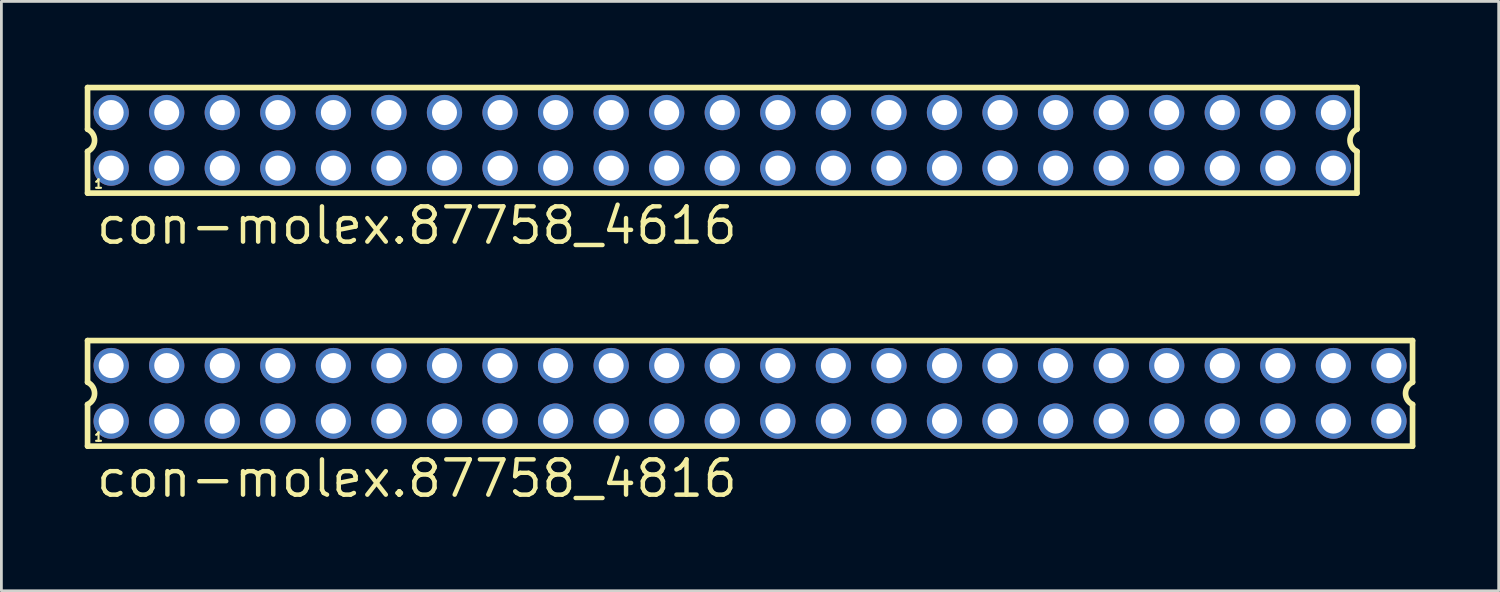
<source format=kicad_pcb>
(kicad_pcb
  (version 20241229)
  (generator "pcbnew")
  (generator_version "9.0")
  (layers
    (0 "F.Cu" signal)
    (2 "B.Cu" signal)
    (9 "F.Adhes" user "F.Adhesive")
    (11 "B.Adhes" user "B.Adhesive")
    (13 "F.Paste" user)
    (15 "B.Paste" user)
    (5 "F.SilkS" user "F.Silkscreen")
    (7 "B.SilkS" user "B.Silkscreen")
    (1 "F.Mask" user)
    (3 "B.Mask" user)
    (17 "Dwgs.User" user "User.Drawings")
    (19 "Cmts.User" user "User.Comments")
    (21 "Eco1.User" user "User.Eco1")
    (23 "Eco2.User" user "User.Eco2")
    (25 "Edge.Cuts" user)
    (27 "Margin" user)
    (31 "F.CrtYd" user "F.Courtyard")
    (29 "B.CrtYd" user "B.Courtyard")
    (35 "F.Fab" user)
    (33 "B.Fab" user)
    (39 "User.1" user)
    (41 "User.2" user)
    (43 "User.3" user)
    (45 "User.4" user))
  (footprint "con-molex.87758_4816"
    (layer "F.Cu")
    (at 23.952 11.111)
    (property "Reference" "con-molex.87758_4816" (at -23.62 3.81 0) (layer "F.SilkS") (effects (font (size 1.27 1.27) (thickness 0.16)) (justify left bottom)))
    (attr through_hole)
    (fp_line (start -23.85 -1.9) (end -23.85 -0.4) (stroke (width 0.203) (type default)) (layer "F.SilkS"))
    (fp_line (start -23.85 0.4) (end -23.85 1.9) (stroke (width 0.203) (type default)) (layer "F.SilkS"))
    (fp_line (start -23.85 1.9) (end 23.85 1.9) (stroke (width 0.203) (type default)) (layer "F.SilkS"))
    (fp_line (start 23.85 -1.9) (end -23.85 -1.9) (stroke (width 0.203) (type default)) (layer "F.SilkS"))
    (fp_line (start 23.85 -0.4) (end 23.85 -1.9) (stroke (width 0.203) (type default)) (layer "F.SilkS"))
    (fp_line (start 23.85 1.9) (end 23.85 0.4) (stroke (width 0.203) (type default)) (layer "F.SilkS"))
    (fp_arc (start -23.85 -0.4) (mid -23.597168 0) (end -23.85 0.4) (stroke (width 0.2032) (type default)) (layer "F.SilkS"))
    (fp_arc (start 23.85 0.4) (mid 23.597168 0) (end 23.85 -0.4) (stroke (width 0.2032) (type default)) (layer "F.SilkS"))
    (fp_rect (start -23.25 -0.75) (end -22.75 -1.25) (stroke (width 0.05) (type default)) (fill no) (layer "F.Fab"))
    (fp_rect (start -23.25 1.25) (end -22.75 0.75) (stroke (width 0.05) (type default)) (fill no) (layer "F.Fab"))
    (fp_rect (start -21.25 -0.75) (end -20.75 -1.25) (stroke (width 0.05) (type default)) (fill no) (layer "F.Fab"))
    (fp_rect (start -21.25 1.25) (end -20.75 0.75) (stroke (width 0.05) (type default)) (fill no) (layer "F.Fab"))
    (fp_rect (start -19.25 -0.75) (end -18.75 -1.25) (stroke (width 0.05) (type default)) (fill no) (layer "F.Fab"))
    (fp_rect (start -19.25 1.25) (end -18.75 0.75) (stroke (width 0.05) (type default)) (fill no) (layer "F.Fab"))
    (fp_rect (start -17.25 -0.75) (end -16.75 -1.25) (stroke (width 0.05) (type default)) (fill no) (layer "F.Fab"))
    (fp_rect (start -17.25 1.25) (end -16.75 0.75) (stroke (width 0.05) (type default)) (fill no) (layer "F.Fab"))
    (fp_rect (start -15.25 -0.75) (end -14.75 -1.25) (stroke (width 0.05) (type default)) (fill no) (layer "F.Fab"))
    (fp_rect (start -15.25 1.25) (end -14.75 0.75) (stroke (width 0.05) (type default)) (fill no) (layer "F.Fab"))
    (fp_rect (start -13.25 -0.75) (end -12.75 -1.25) (stroke (width 0.05) (type default)) (fill no) (layer "F.Fab"))
    (fp_rect (start -13.25 1.25) (end -12.75 0.75) (stroke (width 0.05) (type default)) (fill no) (layer "F.Fab"))
    (fp_rect (start -11.25 -0.75) (end -10.75 -1.25) (stroke (width 0.05) (type default)) (fill no) (layer "F.Fab"))
    (fp_rect (start -11.25 1.25) (end -10.75 0.75) (stroke (width 0.05) (type default)) (fill no) (layer "F.Fab"))
    (fp_rect (start -9.25 -0.75) (end -8.75 -1.25) (stroke (width 0.05) (type default)) (fill no) (layer "F.Fab"))
    (fp_rect (start -9.25 1.25) (end -8.75 0.75) (stroke (width 0.05) (type default)) (fill no) (layer "F.Fab"))
    (fp_rect (start -7.25 -0.75) (end -6.75 -1.25) (stroke (width 0.05) (type default)) (fill no) (layer "F.Fab"))
    (fp_rect (start -7.25 1.25) (end -6.75 0.75) (stroke (width 0.05) (type default)) (fill no) (layer "F.Fab"))
    (fp_rect (start -5.25 -0.75) (end -4.75 -1.25) (stroke (width 0.05) (type default)) (fill no) (layer "F.Fab"))
    (fp_rect (start -5.25 1.25) (end -4.75 0.75) (stroke (width 0.05) (type default)) (fill no) (layer "F.Fab"))
    (fp_rect (start -3.25 -0.75) (end -2.75 -1.25) (stroke (width 0.05) (type default)) (fill no) (layer "F.Fab"))
    (fp_rect (start -3.25 1.25) (end -2.75 0.75) (stroke (width 0.05) (type default)) (fill no) (layer "F.Fab"))
    (fp_rect (start -1.25 -0.75) (end -0.75 -1.25) (stroke (width 0.05) (type default)) (fill no) (layer "F.Fab"))
    (fp_rect (start -1.25 1.25) (end -0.75 0.75) (stroke (width 0.05) (type default)) (fill no) (layer "F.Fab"))
    (fp_rect (start 0.75 -0.75) (end 1.25 -1.25) (stroke (width 0.05) (type default)) (fill no) (layer "F.Fab"))
    (fp_rect (start 0.75 1.25) (end 1.25 0.75) (stroke (width 0.05) (type default)) (fill no) (layer "F.Fab"))
    (fp_rect (start 2.75 -0.75) (end 3.25 -1.25) (stroke (width 0.05) (type default)) (fill no) (layer "F.Fab"))
    (fp_rect (start 2.75 1.25) (end 3.25 0.75) (stroke (width 0.05) (type default)) (fill no) (layer "F.Fab"))
    (fp_rect (start 4.75 -0.75) (end 5.25 -1.25) (stroke (width 0.05) (type default)) (fill no) (layer "F.Fab"))
    (fp_rect (start 4.75 1.25) (end 5.25 0.75) (stroke (width 0.05) (type default)) (fill no) (layer "F.Fab"))
    (fp_rect (start 6.75 -0.75) (end 7.25 -1.25) (stroke (width 0.05) (type default)) (fill no) (layer "F.Fab"))
    (fp_rect (start 6.75 1.25) (end 7.25 0.75) (stroke (width 0.05) (type default)) (fill no) (layer "F.Fab"))
    (fp_rect (start 8.75 -0.75) (end 9.25 -1.25) (stroke (width 0.05) (type default)) (fill no) (layer "F.Fab"))
    (fp_rect (start 8.75 1.25) (end 9.25 0.75) (stroke (width 0.05) (type default)) (fill no) (layer "F.Fab"))
    (fp_rect (start 10.75 -0.75) (end 11.25 -1.25) (stroke (width 0.05) (type default)) (fill no) (layer "F.Fab"))
    (fp_rect (start 10.75 1.25) (end 11.25 0.75) (stroke (width 0.05) (type default)) (fill no) (layer "F.Fab"))
    (fp_rect (start 12.75 -0.75) (end 13.25 -1.25) (stroke (width 0.05) (type default)) (fill no) (layer "F.Fab"))
    (fp_rect (start 12.75 1.25) (end 13.25 0.75) (stroke (width 0.05) (type default)) (fill no) (layer "F.Fab"))
    (fp_rect (start 14.75 -0.75) (end 15.25 -1.25) (stroke (width 0.05) (type default)) (fill no) (layer "F.Fab"))
    (fp_rect (start 14.75 1.25) (end 15.25 0.75) (stroke (width 0.05) (type default)) (fill no) (layer "F.Fab"))
    (fp_rect (start 16.75 -0.75) (end 17.25 -1.25) (stroke (width 0.05) (type default)) (fill no) (layer "F.Fab"))
    (fp_rect (start 16.75 1.25) (end 17.25 0.75) (stroke (width 0.05) (type default)) (fill no) (layer "F.Fab"))
    (fp_rect (start 18.75 -0.75) (end 19.25 -1.25) (stroke (width 0.05) (type default)) (fill no) (layer "F.Fab"))
    (fp_rect (start 18.75 1.25) (end 19.25 0.75) (stroke (width 0.05) (type default)) (fill no) (layer "F.Fab"))
    (fp_rect (start 20.75 -0.75) (end 21.25 -1.25) (stroke (width 0.05) (type default)) (fill no) (layer "F.Fab"))
    (fp_rect (start 20.75 1.25) (end 21.25 0.75) (stroke (width 0.05) (type default)) (fill no) (layer "F.Fab"))
    (fp_rect (start 22.75 -0.75) (end 23.25 -1.25) (stroke (width 0.05) (type default)) (fill no) (layer "F.Fab"))
    (fp_rect (start 22.75 1.25) (end 23.25 0.75) (stroke (width 0.05) (type default)) (fill no) (layer "F.Fab"))
    (fp_text user "1" (at -23.65 1.75 0) (layer "F.SilkS") (effects (font (size 0.305 0.305) (thickness 0.15)) (justify left bottom)))
    (pad "1" thru_hole circle (at -23 1) (size 1.27 1.27) (drill 0.9) (layers "*.Cu" "*.Mask"))
    (pad "2" thru_hole circle (at -23 -1) (size 1.27 1.27) (drill 0.9) (layers "*.Cu" "*.Mask"))
    (pad "3" thru_hole circle (at -21 1) (size 1.27 1.27) (drill 0.9) (layers "*.Cu" "*.Mask"))
    (pad "4" thru_hole circle (at -21 -1) (size 1.27 1.27) (drill 0.9) (layers "*.Cu" "*.Mask"))
    (pad "5" thru_hole circle (at -19 1) (size 1.27 1.27) (drill 0.9) (layers "*.Cu" "*.Mask"))
    (pad "6" thru_hole circle (at -19 -1) (size 1.27 1.27) (drill 0.9) (layers "*.Cu" "*.Mask"))
    (pad "7" thru_hole circle (at -17 1) (size 1.27 1.27) (drill 0.9) (layers "*.Cu" "*.Mask"))
    (pad "8" thru_hole circle (at -17 -1) (size 1.27 1.27) (drill 0.9) (layers "*.Cu" "*.Mask"))
    (pad "9" thru_hole circle (at -15 1) (size 1.27 1.27) (drill 0.9) (layers "*.Cu" "*.Mask"))
    (pad "10" thru_hole circle (at -15 -1) (size 1.27 1.27) (drill 0.9) (layers "*.Cu" "*.Mask"))
    (pad "11" thru_hole circle (at -13 1) (size 1.27 1.27) (drill 0.9) (layers "*.Cu" "*.Mask"))
    (pad "12" thru_hole circle (at -13 -1) (size 1.27 1.27) (drill 0.9) (layers "*.Cu" "*.Mask"))
    (pad "13" thru_hole circle (at -11 1) (size 1.27 1.27) (drill 0.9) (layers "*.Cu" "*.Mask"))
    (pad "14" thru_hole circle (at -11 -1) (size 1.27 1.27) (drill 0.9) (layers "*.Cu" "*.Mask"))
    (pad "15" thru_hole circle (at -9 1) (size 1.27 1.27) (drill 0.9) (layers "*.Cu" "*.Mask"))
    (pad "16" thru_hole circle (at -9 -1) (size 1.27 1.27) (drill 0.9) (layers "*.Cu" "*.Mask"))
    (pad "17" thru_hole circle (at -7 1) (size 1.27 1.27) (drill 0.9) (layers "*.Cu" "*.Mask"))
    (pad "18" thru_hole circle (at -7 -1) (size 1.27 1.27) (drill 0.9) (layers "*.Cu" "*.Mask"))
    (pad "19" thru_hole circle (at -5 1) (size 1.27 1.27) (drill 0.9) (layers "*.Cu" "*.Mask"))
    (pad "20" thru_hole circle (at -5 -1) (size 1.27 1.27) (drill 0.9) (layers "*.Cu" "*.Mask"))
    (pad "21" thru_hole circle (at -3 1) (size 1.27 1.27) (drill 0.9) (layers "*.Cu" "*.Mask"))
    (pad "22" thru_hole circle (at -3 -1) (size 1.27 1.27) (drill 0.9) (layers "*.Cu" "*.Mask"))
    (pad "23" thru_hole circle (at -1 1) (size 1.27 1.27) (drill 0.9) (layers "*.Cu" "*.Mask"))
    (pad "24" thru_hole circle (at -1 -1) (size 1.27 1.27) (drill 0.9) (layers "*.Cu" "*.Mask"))
    (pad "25" thru_hole circle (at 1 1) (size 1.27 1.27) (drill 0.9) (layers "*.Cu" "*.Mask"))
    (pad "26" thru_hole circle (at 1 -1) (size 1.27 1.27) (drill 0.9) (layers "*.Cu" "*.Mask"))
    (pad "27" thru_hole circle (at 3 1) (size 1.27 1.27) (drill 0.9) (layers "*.Cu" "*.Mask"))
    (pad "28" thru_hole circle (at 3 -1) (size 1.27 1.27) (drill 0.9) (layers "*.Cu" "*.Mask"))
    (pad "29" thru_hole circle (at 5 1) (size 1.27 1.27) (drill 0.9) (layers "*.Cu" "*.Mask"))
    (pad "30" thru_hole circle (at 5 -1) (size 1.27 1.27) (drill 0.9) (layers "*.Cu" "*.Mask"))
    (pad "31" thru_hole circle (at 7 1) (size 1.27 1.27) (drill 0.9) (layers "*.Cu" "*.Mask"))
    (pad "32" thru_hole circle (at 7 -1) (size 1.27 1.27) (drill 0.9) (layers "*.Cu" "*.Mask"))
    (pad "33" thru_hole circle (at 9 1) (size 1.27 1.27) (drill 0.9) (layers "*.Cu" "*.Mask"))
    (pad "34" thru_hole circle (at 9 -1) (size 1.27 1.27) (drill 0.9) (layers "*.Cu" "*.Mask"))
    (pad "35" thru_hole circle (at 11 1) (size 1.27 1.27) (drill 0.9) (layers "*.Cu" "*.Mask"))
    (pad "36" thru_hole circle (at 11 -1) (size 1.27 1.27) (drill 0.9) (layers "*.Cu" "*.Mask"))
    (pad "37" thru_hole circle (at 13 1) (size 1.27 1.27) (drill 0.9) (layers "*.Cu" "*.Mask"))
    (pad "38" thru_hole circle (at 13 -1) (size 1.27 1.27) (drill 0.9) (layers "*.Cu" "*.Mask"))
    (pad "39" thru_hole circle (at 15 1) (size 1.27 1.27) (drill 0.9) (layers "*.Cu" "*.Mask"))
    (pad "40" thru_hole circle (at 15 -1) (size 1.27 1.27) (drill 0.9) (layers "*.Cu" "*.Mask"))
    (pad "41" thru_hole circle (at 17 1) (size 1.27 1.27) (drill 0.9) (layers "*.Cu" "*.Mask"))
    (pad "42" thru_hole circle (at 17 -1) (size 1.27 1.27) (drill 0.9) (layers "*.Cu" "*.Mask"))
    (pad "43" thru_hole circle (at 19 1) (size 1.27 1.27) (drill 0.9) (layers "*.Cu" "*.Mask"))
    (pad "44" thru_hole circle (at 19 -1) (size 1.27 1.27) (drill 0.9) (layers "*.Cu" "*.Mask"))
    (pad "45" thru_hole circle (at 21 1) (size 1.27 1.27) (drill 0.9) (layers "*.Cu" "*.Mask"))
    (pad "46" thru_hole circle (at 21 -1) (size 1.27 1.27) (drill 0.9) (layers "*.Cu" "*.Mask"))
    (pad "47" thru_hole circle (at 23 1) (size 1.27 1.27) (drill 0.9) (layers "*.Cu" "*.Mask"))
    (pad "48" thru_hole circle (at 23 -1) (size 1.27 1.27) (drill 0.9) (layers "*.Cu" "*.Mask")))
  (footprint "con-molex.87758_4616"
    (layer "F.Cu")
    (at 22.952 2.002)
    (property "Reference" "con-molex.87758_4616" (at -22.62 3.81 0) (layer "F.SilkS") (effects (font (size 1.27 1.27) (thickness 0.16)) (justify left bottom)))
    (attr through_hole)
    (fp_line (start -22.85 -1.9) (end -22.85 -0.4) (stroke (width 0.203) (type default)) (layer "F.SilkS"))
    (fp_line (start -22.85 0.4) (end -22.85 1.9) (stroke (width 0.203) (type default)) (layer "F.SilkS"))
    (fp_line (start -22.85 1.9) (end 22.85 1.9) (stroke (width 0.203) (type default)) (layer "F.SilkS"))
    (fp_line (start 22.85 -1.9) (end -22.85 -1.9) (stroke (width 0.203) (type default)) (layer "F.SilkS"))
    (fp_line (start 22.85 -0.4) (end 22.85 -1.9) (stroke (width 0.203) (type default)) (layer "F.SilkS"))
    (fp_line (start 22.85 1.9) (end 22.85 0.4) (stroke (width 0.203) (type default)) (layer "F.SilkS"))
    (fp_arc (start -22.85 -0.4) (mid -22.597168 0) (end -22.85 0.4) (stroke (width 0.2032) (type default)) (layer "F.SilkS"))
    (fp_arc (start 22.85 0.4) (mid 22.597168 0) (end 22.85 -0.4) (stroke (width 0.2032) (type default)) (layer "F.SilkS"))
    (fp_rect (start -22.25 -0.75) (end -21.75 -1.25) (stroke (width 0.05) (type default)) (fill no) (layer "F.Fab"))
    (fp_rect (start -22.25 1.25) (end -21.75 0.75) (stroke (width 0.05) (type default)) (fill no) (layer "F.Fab"))
    (fp_rect (start -20.25 -0.75) (end -19.75 -1.25) (stroke (width 0.05) (type default)) (fill no) (layer "F.Fab"))
    (fp_rect (start -20.25 1.25) (end -19.75 0.75) (stroke (width 0.05) (type default)) (fill no) (layer "F.Fab"))
    (fp_rect (start -18.25 -0.75) (end -17.75 -1.25) (stroke (width 0.05) (type default)) (fill no) (layer "F.Fab"))
    (fp_rect (start -18.25 1.25) (end -17.75 0.75) (stroke (width 0.05) (type default)) (fill no) (layer "F.Fab"))
    (fp_rect (start -16.25 -0.75) (end -15.75 -1.25) (stroke (width 0.05) (type default)) (fill no) (layer "F.Fab"))
    (fp_rect (start -16.25 1.25) (end -15.75 0.75) (stroke (width 0.05) (type default)) (fill no) (layer "F.Fab"))
    (fp_rect (start -14.25 -0.75) (end -13.75 -1.25) (stroke (width 0.05) (type default)) (fill no) (layer "F.Fab"))
    (fp_rect (start -14.25 1.25) (end -13.75 0.75) (stroke (width 0.05) (type default)) (fill no) (layer "F.Fab"))
    (fp_rect (start -12.25 -0.75) (end -11.75 -1.25) (stroke (width 0.05) (type default)) (fill no) (layer "F.Fab"))
    (fp_rect (start -12.25 1.25) (end -11.75 0.75) (stroke (width 0.05) (type default)) (fill no) (layer "F.Fab"))
    (fp_rect (start -10.25 -0.75) (end -9.75 -1.25) (stroke (width 0.05) (type default)) (fill no) (layer "F.Fab"))
    (fp_rect (start -10.25 1.25) (end -9.75 0.75) (stroke (width 0.05) (type default)) (fill no) (layer "F.Fab"))
    (fp_rect (start -8.25 -0.75) (end -7.75 -1.25) (stroke (width 0.05) (type default)) (fill no) (layer "F.Fab"))
    (fp_rect (start -8.25 1.25) (end -7.75 0.75) (stroke (width 0.05) (type default)) (fill no) (layer "F.Fab"))
    (fp_rect (start -6.25 -0.75) (end -5.75 -1.25) (stroke (width 0.05) (type default)) (fill no) (layer "F.Fab"))
    (fp_rect (start -6.25 1.25) (end -5.75 0.75) (stroke (width 0.05) (type default)) (fill no) (layer "F.Fab"))
    (fp_rect (start -4.25 -0.75) (end -3.75 -1.25) (stroke (width 0.05) (type default)) (fill no) (layer "F.Fab"))
    (fp_rect (start -4.25 1.25) (end -3.75 0.75) (stroke (width 0.05) (type default)) (fill no) (layer "F.Fab"))
    (fp_rect (start -2.25 -0.75) (end -1.75 -1.25) (stroke (width 0.05) (type default)) (fill no) (layer "F.Fab"))
    (fp_rect (start -2.25 1.25) (end -1.75 0.75) (stroke (width 0.05) (type default)) (fill no) (layer "F.Fab"))
    (fp_rect (start -0.25 -0.75) (end 0.25 -1.25) (stroke (width 0.05) (type default)) (fill no) (layer "F.Fab"))
    (fp_rect (start -0.25 1.25) (end 0.25 0.75) (stroke (width 0.05) (type default)) (fill no) (layer "F.Fab"))
    (fp_rect (start 1.75 -0.75) (end 2.25 -1.25) (stroke (width 0.05) (type default)) (fill no) (layer "F.Fab"))
    (fp_rect (start 1.75 1.25) (end 2.25 0.75) (stroke (width 0.05) (type default)) (fill no) (layer "F.Fab"))
    (fp_rect (start 3.75 -0.75) (end 4.25 -1.25) (stroke (width 0.05) (type default)) (fill no) (layer "F.Fab"))
    (fp_rect (start 3.75 1.25) (end 4.25 0.75) (stroke (width 0.05) (type default)) (fill no) (layer "F.Fab"))
    (fp_rect (start 5.75 -0.75) (end 6.25 -1.25) (stroke (width 0.05) (type default)) (fill no) (layer "F.Fab"))
    (fp_rect (start 5.75 1.25) (end 6.25 0.75) (stroke (width 0.05) (type default)) (fill no) (layer "F.Fab"))
    (fp_rect (start 7.75 -0.75) (end 8.25 -1.25) (stroke (width 0.05) (type default)) (fill no) (layer "F.Fab"))
    (fp_rect (start 7.75 1.25) (end 8.25 0.75) (stroke (width 0.05) (type default)) (fill no) (layer "F.Fab"))
    (fp_rect (start 9.75 -0.75) (end 10.25 -1.25) (stroke (width 0.05) (type default)) (fill no) (layer "F.Fab"))
    (fp_rect (start 9.75 1.25) (end 10.25 0.75) (stroke (width 0.05) (type default)) (fill no) (layer "F.Fab"))
    (fp_rect (start 11.75 -0.75) (end 12.25 -1.25) (stroke (width 0.05) (type default)) (fill no) (layer "F.Fab"))
    (fp_rect (start 11.75 1.25) (end 12.25 0.75) (stroke (width 0.05) (type default)) (fill no) (layer "F.Fab"))
    (fp_rect (start 13.75 -0.75) (end 14.25 -1.25) (stroke (width 0.05) (type default)) (fill no) (layer "F.Fab"))
    (fp_rect (start 13.75 1.25) (end 14.25 0.75) (stroke (width 0.05) (type default)) (fill no) (layer "F.Fab"))
    (fp_rect (start 15.75 -0.75) (end 16.25 -1.25) (stroke (width 0.05) (type default)) (fill no) (layer "F.Fab"))
    (fp_rect (start 15.75 1.25) (end 16.25 0.75) (stroke (width 0.05) (type default)) (fill no) (layer "F.Fab"))
    (fp_rect (start 17.75 -0.75) (end 18.25 -1.25) (stroke (width 0.05) (type default)) (fill no) (layer "F.Fab"))
    (fp_rect (start 17.75 1.25) (end 18.25 0.75) (stroke (width 0.05) (type default)) (fill no) (layer "F.Fab"))
    (fp_rect (start 19.75 -0.75) (end 20.25 -1.25) (stroke (width 0.05) (type default)) (fill no) (layer "F.Fab"))
    (fp_rect (start 19.75 1.25) (end 20.25 0.75) (stroke (width 0.05) (type default)) (fill no) (layer "F.Fab"))
    (fp_rect (start 21.75 -0.75) (end 22.25 -1.25) (stroke (width 0.05) (type default)) (fill no) (layer "F.Fab"))
    (fp_rect (start 21.75 1.25) (end 22.25 0.75) (stroke (width 0.05) (type default)) (fill no) (layer "F.Fab"))
    (fp_text user "1" (at -22.65 1.75 0) (layer "F.SilkS") (effects (font (size 0.305 0.305) (thickness 0.15)) (justify left bottom)))
    (pad "1" thru_hole circle (at -22 1) (size 1.27 1.27) (drill 0.9) (layers "*.Cu" "*.Mask"))
    (pad "2" thru_hole circle (at -22 -1) (size 1.27 1.27) (drill 0.9) (layers "*.Cu" "*.Mask"))
    (pad "3" thru_hole circle (at -20 1) (size 1.27 1.27) (drill 0.9) (layers "*.Cu" "*.Mask"))
    (pad "4" thru_hole circle (at -20 -1) (size 1.27 1.27) (drill 0.9) (layers "*.Cu" "*.Mask"))
    (pad "5" thru_hole circle (at -18 1) (size 1.27 1.27) (drill 0.9) (layers "*.Cu" "*.Mask"))
    (pad "6" thru_hole circle (at -18 -1) (size 1.27 1.27) (drill 0.9) (layers "*.Cu" "*.Mask"))
    (pad "7" thru_hole circle (at -16 1) (size 1.27 1.27) (drill 0.9) (layers "*.Cu" "*.Mask"))
    (pad "8" thru_hole circle (at -16 -1) (size 1.27 1.27) (drill 0.9) (layers "*.Cu" "*.Mask"))
    (pad "9" thru_hole circle (at -14 1) (size 1.27 1.27) (drill 0.9) (layers "*.Cu" "*.Mask"))
    (pad "10" thru_hole circle (at -14 -1) (size 1.27 1.27) (drill 0.9) (layers "*.Cu" "*.Mask"))
    (pad "11" thru_hole circle (at -12 1) (size 1.27 1.27) (drill 0.9) (layers "*.Cu" "*.Mask"))
    (pad "12" thru_hole circle (at -12 -1) (size 1.27 1.27) (drill 0.9) (layers "*.Cu" "*.Mask"))
    (pad "13" thru_hole circle (at -10 1) (size 1.27 1.27) (drill 0.9) (layers "*.Cu" "*.Mask"))
    (pad "14" thru_hole circle (at -10 -1) (size 1.27 1.27) (drill 0.9) (layers "*.Cu" "*.Mask"))
    (pad "15" thru_hole circle (at -8 1) (size 1.27 1.27) (drill 0.9) (layers "*.Cu" "*.Mask"))
    (pad "16" thru_hole circle (at -8 -1) (size 1.27 1.27) (drill 0.9) (layers "*.Cu" "*.Mask"))
    (pad "17" thru_hole circle (at -6 1) (size 1.27 1.27) (drill 0.9) (layers "*.Cu" "*.Mask"))
    (pad "18" thru_hole circle (at -6 -1) (size 1.27 1.27) (drill 0.9) (layers "*.Cu" "*.Mask"))
    (pad "19" thru_hole circle (at -4 1) (size 1.27 1.27) (drill 0.9) (layers "*.Cu" "*.Mask"))
    (pad "20" thru_hole circle (at -4 -1) (size 1.27 1.27) (drill 0.9) (layers "*.Cu" "*.Mask"))
    (pad "21" thru_hole circle (at -2 1) (size 1.27 1.27) (drill 0.9) (layers "*.Cu" "*.Mask"))
    (pad "22" thru_hole circle (at -2 -1) (size 1.27 1.27) (drill 0.9) (layers "*.Cu" "*.Mask"))
    (pad "23" thru_hole circle (at 0 1) (size 1.27 1.27) (drill 0.9) (layers "*.Cu" "*.Mask"))
    (pad "24" thru_hole circle (at 0 -1) (size 1.27 1.27) (drill 0.9) (layers "*.Cu" "*.Mask"))
    (pad "25" thru_hole circle (at 2 1) (size 1.27 1.27) (drill 0.9) (layers "*.Cu" "*.Mask"))
    (pad "26" thru_hole circle (at 2 -1) (size 1.27 1.27) (drill 0.9) (layers "*.Cu" "*.Mask"))
    (pad "27" thru_hole circle (at 4 1) (size 1.27 1.27) (drill 0.9) (layers "*.Cu" "*.Mask"))
    (pad "28" thru_hole circle (at 4 -1) (size 1.27 1.27) (drill 0.9) (layers "*.Cu" "*.Mask"))
    (pad "29" thru_hole circle (at 6 1) (size 1.27 1.27) (drill 0.9) (layers "*.Cu" "*.Mask"))
    (pad "30" thru_hole circle (at 6 -1) (size 1.27 1.27) (drill 0.9) (layers "*.Cu" "*.Mask"))
    (pad "31" thru_hole circle (at 8 1) (size 1.27 1.27) (drill 0.9) (layers "*.Cu" "*.Mask"))
    (pad "32" thru_hole circle (at 8 -1) (size 1.27 1.27) (drill 0.9) (layers "*.Cu" "*.Mask"))
    (pad "33" thru_hole circle (at 10 1) (size 1.27 1.27) (drill 0.9) (layers "*.Cu" "*.Mask"))
    (pad "34" thru_hole circle (at 10 -1) (size 1.27 1.27) (drill 0.9) (layers "*.Cu" "*.Mask"))
    (pad "35" thru_hole circle (at 12 1) (size 1.27 1.27) (drill 0.9) (layers "*.Cu" "*.Mask"))
    (pad "36" thru_hole circle (at 12 -1) (size 1.27 1.27) (drill 0.9) (layers "*.Cu" "*.Mask"))
    (pad "37" thru_hole circle (at 14 1) (size 1.27 1.27) (drill 0.9) (layers "*.Cu" "*.Mask"))
    (pad "38" thru_hole circle (at 14 -1) (size 1.27 1.27) (drill 0.9) (layers "*.Cu" "*.Mask"))
    (pad "39" thru_hole circle (at 16 1) (size 1.27 1.27) (drill 0.9) (layers "*.Cu" "*.Mask"))
    (pad "40" thru_hole circle (at 16 -1) (size 1.27 1.27) (drill 0.9) (layers "*.Cu" "*.Mask"))
    (pad "41" thru_hole circle (at 18 1) (size 1.27 1.27) (drill 0.9) (layers "*.Cu" "*.Mask"))
    (pad "42" thru_hole circle (at 18 -1) (size 1.27 1.27) (drill 0.9) (layers "*.Cu" "*.Mask"))
    (pad "43" thru_hole circle (at 20 1) (size 1.27 1.27) (drill 0.9) (layers "*.Cu" "*.Mask"))
    (pad "44" thru_hole circle (at 20 -1) (size 1.27 1.27) (drill 0.9) (layers "*.Cu" "*.Mask"))
    (pad "45" thru_hole circle (at 22 1) (size 1.27 1.27) (drill 0.9) (layers "*.Cu" "*.Mask"))
    (pad "46" thru_hole circle (at 22 -1) (size 1.27 1.27) (drill 0.9) (layers "*.Cu" "*.Mask")))
  (gr_rect
    (start -3 -3)
    (end 50.903 18.218)
    (stroke (width 0.1) (type default))
    (fill no)
    (layer "Edge.Cuts")))
</source>
